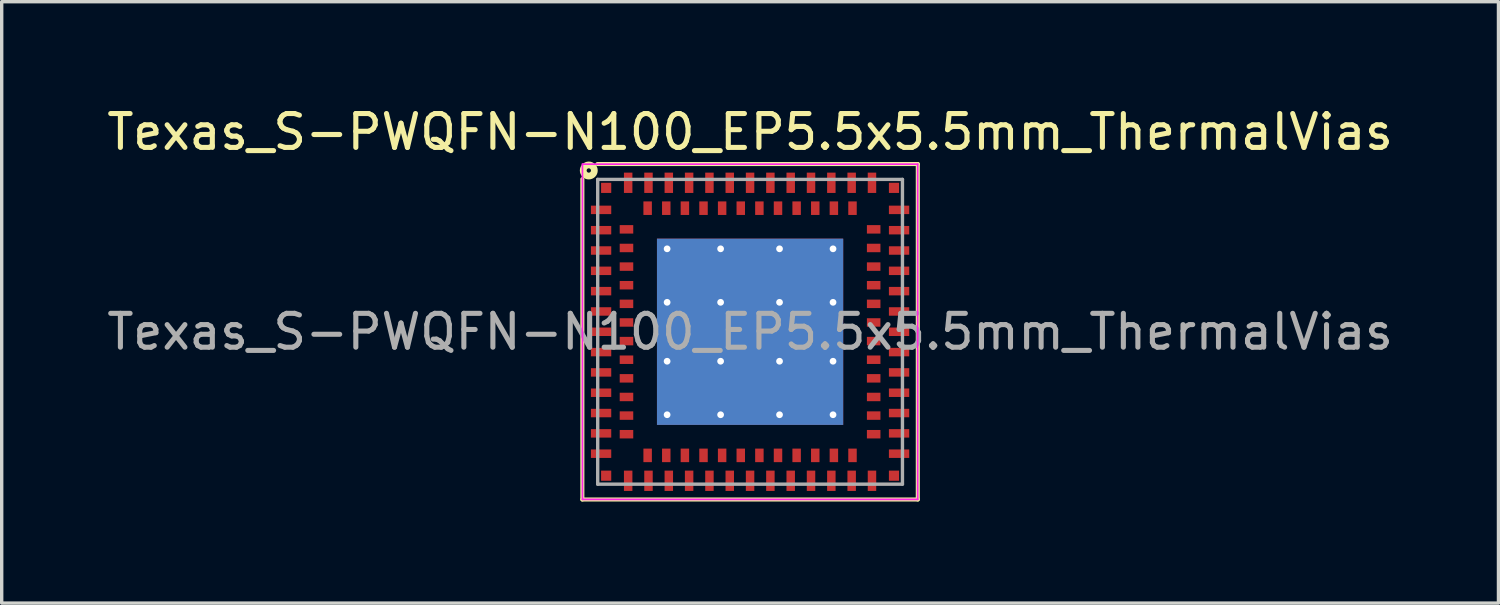
<source format=kicad_pcb>
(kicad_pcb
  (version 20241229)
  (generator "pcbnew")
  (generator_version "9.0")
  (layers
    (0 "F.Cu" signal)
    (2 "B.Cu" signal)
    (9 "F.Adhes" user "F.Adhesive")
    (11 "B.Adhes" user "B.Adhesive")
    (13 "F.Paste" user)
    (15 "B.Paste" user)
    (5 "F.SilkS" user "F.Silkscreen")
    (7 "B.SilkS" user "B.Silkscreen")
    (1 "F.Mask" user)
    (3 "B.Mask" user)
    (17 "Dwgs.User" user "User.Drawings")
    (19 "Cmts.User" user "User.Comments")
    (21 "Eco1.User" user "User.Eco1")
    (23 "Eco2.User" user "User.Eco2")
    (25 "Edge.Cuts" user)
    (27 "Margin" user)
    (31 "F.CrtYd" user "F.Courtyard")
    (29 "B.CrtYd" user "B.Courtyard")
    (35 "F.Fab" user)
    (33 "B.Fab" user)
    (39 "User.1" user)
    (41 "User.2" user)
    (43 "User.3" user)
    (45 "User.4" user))
  (footprint "Texas_S-PWQFN-N100_EP5.5x5.5mm_ThermalVias"
    (layer "F.Cu")
    (at 19.101 6.748)
    (property "Reference" "Texas_S-PWQFN-N100_EP5.5x5.5mm_ThermalVias" (at 0 -5.9 0) (layer "F.SilkS") (effects (font (size 1 1) (thickness 0.15))))
    (attr smd)
    (fp_line (start -4.953 4.953) (end -4.953 -4.508) (stroke (width 0.12) (type solid)) (layer "F.SilkS"))
    (fp_line (start -4.508 -4.953) (end 4.953 -4.953) (stroke (width 0.12) (type solid)) (layer "F.SilkS"))
    (fp_line (start 4.953 -4.953) (end 4.953 4.953) (stroke (width 0.12) (type solid)) (layer "F.SilkS"))
    (fp_line (start 4.953 4.953) (end -4.953 4.953) (stroke (width 0.12) (type solid)) (layer "F.SilkS"))
    (fp_circle (center -4.763 -4.763) (end -4.699 -4.763) (stroke (width 0.2) (type solid)) (fill no) (layer "F.SilkS"))
    (fp_line (start -4.95 -4.95) (end 4.95 -4.95) (stroke (width 0.05) (type solid)) (layer "F.CrtYd"))
    (fp_line (start -4.95 4.95) (end -4.95 -4.95) (stroke (width 0.05) (type solid)) (layer "F.CrtYd"))
    (fp_line (start 4.95 -4.95) (end 4.95 4.95) (stroke (width 0.05) (type solid)) (layer "F.CrtYd"))
    (fp_line (start 4.95 4.95) (end -4.95 4.95) (stroke (width 0.05) (type solid)) (layer "F.CrtYd"))
    (fp_line (start -4.5 -4.5) (end -4.5 4.5) (stroke (width 0.1) (type solid)) (layer "F.Fab"))
    (fp_line (start -4.5 -4.5) (end 4.5 -4.5) (stroke (width 0.1) (type solid)) (layer "F.Fab"))
    (fp_line (start -4.5 4.5) (end 4.5 4.5) (stroke (width 0.1) (type solid)) (layer "F.Fab"))
    (fp_line (start 4.5 -4.5) (end 4.5 4.5) (stroke (width 0.1) (type solid)) (layer "F.Fab"))
    (fp_text user "${REFERENCE}" (at 0 0 0) (layer "F.Fab") (effects (font (size 1 1) (thickness 0.15))))
    (pad "" smd rect (at -1.66 -1.66) (size 1.5 1.5) (layers "F.Paste"))
    (pad "" smd rect (at -1.66 0) (size 1.5 1.5) (layers "F.Paste"))
    (pad "" smd rect (at -1.66 1.66) (size 1.5 1.5) (layers "F.Paste"))
    (pad "" smd rect (at 0 -1.66) (size 1.5 1.5) (layers "F.Paste"))
    (pad "" smd rect (at 0 0) (size 1.5 1.5) (layers "F.Paste"))
    (pad "" smd rect (at 0 1.66) (size 1.5 1.5) (layers "F.Paste"))
    (pad "" smd rect (at 1.66 -1.66) (size 1.5 1.5) (layers "F.Paste"))
    (pad "" smd rect (at 1.66 0) (size 1.5 1.5) (layers "F.Paste"))
    (pad "" smd rect (at 1.66 1.66) (size 1.5 1.5) (layers "F.Paste"))
    (pad "A1" smd rect (at -4.4 -3.6 90) (size 0.25 0.6) (layers "F.Cu" "F.Mask" "F.Paste"))
    (pad "A2" smd rect (at -4.4 -3 90) (size 0.25 0.6) (layers "F.Cu" "F.Mask" "F.Paste"))
    (pad "A3" smd rect (at -4.4 -2.4 90) (size 0.25 0.6) (layers "F.Cu" "F.Mask" "F.Paste"))
    (pad "A4" smd rect (at -4.4 -1.8 90) (size 0.25 0.6) (layers "F.Cu" "F.Mask" "F.Paste"))
    (pad "A5" smd rect (at -4.4 -1.2 90) (size 0.25 0.6) (layers "F.Cu" "F.Mask" "F.Paste"))
    (pad "A6" smd rect (at -4.4 -0.6 90) (size 0.25 0.6) (layers "F.Cu" "F.Mask" "F.Paste"))
    (pad "A7" smd rect (at -4.4 0 90) (size 0.25 0.6) (layers "F.Cu" "F.Mask" "F.Paste"))
    (pad "A8" smd rect (at -4.4 0.6 90) (size 0.25 0.6) (layers "F.Cu" "F.Mask" "F.Paste"))
    (pad "A9" smd rect (at -4.4 1.2 90) (size 0.25 0.6) (layers "F.Cu" "F.Mask" "F.Paste"))
    (pad "A10" smd rect (at -4.4 1.8 90) (size 0.25 0.6) (layers "F.Cu" "F.Mask" "F.Paste"))
    (pad "A11" smd rect (at -4.4 2.4 90) (size 0.25 0.6) (layers "F.Cu" "F.Mask" "F.Paste"))
    (pad "A12" smd rect (at -4.4 3 90) (size 0.25 0.6) (layers "F.Cu" "F.Mask" "F.Paste"))
    (pad "A13" smd rect (at -4.4 3.6 90) (size 0.25 0.6) (layers "F.Cu" "F.Mask" "F.Paste"))
    (pad "A14" smd rect (at -3.6 4.4) (size 0.25 0.6) (layers "F.Cu" "F.Mask" "F.Paste"))
    (pad "A15" smd rect (at -3 4.4) (size 0.25 0.6) (layers "F.Cu" "F.Mask" "F.Paste"))
    (pad "A16" smd rect (at -2.4 4.4) (size 0.25 0.6) (layers "F.Cu" "F.Mask" "F.Paste"))
    (pad "A17" smd rect (at -1.8 4.4) (size 0.25 0.6) (layers "F.Cu" "F.Mask" "F.Paste"))
    (pad "A18" smd rect (at -1.2 4.4) (size 0.25 0.6) (layers "F.Cu" "F.Mask" "F.Paste"))
    (pad "A19" smd rect (at -0.6 4.4) (size 0.25 0.6) (layers "F.Cu" "F.Mask" "F.Paste"))
    (pad "A20" smd rect (at 0 4.4) (size 0.25 0.6) (layers "F.Cu" "F.Mask" "F.Paste"))
    (pad "A21" smd rect (at 0.6 4.4) (size 0.25 0.6) (layers "F.Cu" "F.Mask" "F.Paste"))
    (pad "A22" smd rect (at 1.2 4.4) (size 0.25 0.6) (layers "F.Cu" "F.Mask" "F.Paste"))
    (pad "A23" smd rect (at 1.8 4.4) (size 0.25 0.6) (layers "F.Cu" "F.Mask" "F.Paste"))
    (pad "A24" smd rect (at 2.4 4.4) (size 0.25 0.6) (layers "F.Cu" "F.Mask" "F.Paste"))
    (pad "A25" smd rect (at 3 4.4) (size 0.25 0.6) (layers "F.Cu" "F.Mask" "F.Paste"))
    (pad "A26" smd rect (at 3.6 4.4) (size 0.25 0.6) (layers "F.Cu" "F.Mask" "F.Paste"))
    (pad "A27" smd rect (at 4.4 3.6 90) (size 0.25 0.6) (layers "F.Cu" "F.Mask" "F.Paste"))
    (pad "A28" smd rect (at 4.4 3 90) (size 0.25 0.6) (layers "F.Cu" "F.Mask" "F.Paste"))
    (pad "A29" smd rect (at 4.4 2.4 90) (size 0.25 0.6) (layers "F.Cu" "F.Mask" "F.Paste"))
    (pad "A30" smd rect (at 4.4 1.8 90) (size 0.25 0.6) (layers "F.Cu" "F.Mask" "F.Paste"))
    (pad "A31" smd rect (at 4.4 1.2 90) (size 0.25 0.6) (layers "F.Cu" "F.Mask" "F.Paste"))
    (pad "A32" smd rect (at 4.4 0.6 90) (size 0.25 0.6) (layers "F.Cu" "F.Mask" "F.Paste"))
    (pad "A33" smd rect (at 4.4 0 90) (size 0.25 0.6) (layers "F.Cu" "F.Mask" "F.Paste"))
    (pad "A34" smd rect (at 4.4 -0.6 90) (size 0.25 0.6) (layers "F.Cu" "F.Mask" "F.Paste"))
    (pad "A35" smd rect (at 4.4 -1.2 90) (size 0.25 0.6) (layers "F.Cu" "F.Mask" "F.Paste"))
    (pad "A36" smd rect (at 4.4 -1.8 90) (size 0.25 0.6) (layers "F.Cu" "F.Mask" "F.Paste"))
    (pad "A37" smd rect (at 4.4 -2.4 90) (size 0.25 0.6) (layers "F.Cu" "F.Mask" "F.Paste"))
    (pad "A38" smd rect (at 4.4 -3 90) (size 0.25 0.6) (layers "F.Cu" "F.Mask" "F.Paste"))
    (pad "A39" smd rect (at 4.4 -3.6 90) (size 0.25 0.6) (layers "F.Cu" "F.Mask" "F.Paste"))
    (pad "A40" smd rect (at 3.6 -4.4) (size 0.25 0.6) (layers "F.Cu" "F.Mask" "F.Paste"))
    (pad "A41" smd rect (at 3 -4.4) (size 0.25 0.6) (layers "F.Cu" "F.Mask" "F.Paste"))
    (pad "A42" smd rect (at 2.4 -4.4) (size 0.25 0.6) (layers "F.Cu" "F.Mask" "F.Paste"))
    (pad "A43" smd rect (at 1.8 -4.4) (size 0.25 0.6) (layers "F.Cu" "F.Mask" "F.Paste"))
    (pad "A44" smd rect (at 1.2 -4.4) (size 0.25 0.6) (layers "F.Cu" "F.Mask" "F.Paste"))
    (pad "A45" smd rect (at 0.6 -4.4) (size 0.25 0.6) (layers "F.Cu" "F.Mask" "F.Paste"))
    (pad "A46" smd rect (at 0 -4.4) (size 0.25 0.6) (layers "F.Cu" "F.Mask" "F.Paste"))
    (pad "A47" smd rect (at -0.6 -4.4) (size 0.25 0.6) (layers "F.Cu" "F.Mask" "F.Paste"))
    (pad "A48" smd rect (at -1.2 -4.4) (size 0.25 0.6) (layers "F.Cu" "F.Mask" "F.Paste"))
    (pad "A49" smd rect (at -1.8 -4.4) (size 0.25 0.6) (layers "F.Cu" "F.Mask" "F.Paste"))
    (pad "A50" smd rect (at -2.4 -4.4) (size 0.25 0.6) (layers "F.Cu" "F.Mask" "F.Paste"))
    (pad "A51" smd rect (at -3 -4.4) (size 0.25 0.6) (layers "F.Cu" "F.Mask" "F.Paste"))
    (pad "A52" smd rect (at -3.6 -4.4) (size 0.25 0.6) (layers "F.Cu" "F.Mask" "F.Paste"))
    (pad "A53" thru_hole circle (at -2.45 -2.45) (size 0.5 0.5) (drill 0.2) (layers "*.Cu"))
    (pad "A53" thru_hole circle (at -2.45 -0.87) (size 0.5 0.5) (drill 0.2) (layers "*.Cu"))
    (pad "A53" thru_hole circle (at -2.45 0.87) (size 0.5 0.5) (drill 0.2) (layers "*.Cu"))
    (pad "A53" thru_hole circle (at -2.45 2.45) (size 0.5 0.5) (drill 0.2) (layers "*.Cu"))
    (pad "A53" thru_hole circle (at -0.87 -2.45) (size 0.5 0.5) (drill 0.2) (layers "*.Cu"))
    (pad "A53" thru_hole circle (at -0.87 -0.87) (size 0.5 0.5) (drill 0.2) (layers "*.Cu"))
    (pad "A53" thru_hole circle (at -0.87 0.87) (size 0.5 0.5) (drill 0.2) (layers "*.Cu"))
    (pad "A53" thru_hole circle (at -0.87 2.45) (size 0.5 0.5) (drill 0.2) (layers "*.Cu"))
    (pad "A53" smd rect (at 0 0) (size 5.5 5.5) (layers "F.Cu" "F.Mask"))
    (pad "A53" smd rect (at 0 0) (size 5.5 5.5) (layers "B.Cu" "B.Mask"))
    (pad "A53" thru_hole circle (at 0.87 -2.45) (size 0.5 0.5) (drill 0.2) (layers "*.Cu"))
    (pad "A53" thru_hole circle (at 0.87 -0.87) (size 0.5 0.5) (drill 0.2) (layers "*.Cu"))
    (pad "A53" thru_hole circle (at 0.87 0.87) (size 0.5 0.5) (drill 0.2) (layers "*.Cu"))
    (pad "A53" thru_hole circle (at 0.87 2.45) (size 0.5 0.5) (drill 0.2) (layers "*.Cu"))
    (pad "A53" thru_hole circle (at 2.45 -2.45) (size 0.5 0.5) (drill 0.2) (layers "*.Cu"))
    (pad "A53" thru_hole circle (at 2.45 -0.87) (size 0.5 0.5) (drill 0.2) (layers "*.Cu"))
    (pad "A53" thru_hole circle (at 2.45 0.87) (size 0.5 0.5) (drill 0.2) (layers "*.Cu"))
    (pad "A53" thru_hole circle (at 2.45 2.45) (size 0.5 0.5) (drill 0.2) (layers "*.Cu"))
    (pad "B1" smd rect (at -3.65 -3.025 90) (size 0.25 0.4) (layers "F.Cu" "F.Mask" "F.Paste"))
    (pad "B2" smd rect (at -3.65 -2.475 90) (size 0.25 0.4) (layers "F.Cu" "F.Mask" "F.Paste"))
    (pad "B3" smd rect (at -3.65 -1.925 90) (size 0.25 0.4) (layers "F.Cu" "F.Mask" "F.Paste"))
    (pad "B4" smd rect (at -3.65 -1.375 90) (size 0.25 0.4) (layers "F.Cu" "F.Mask" "F.Paste"))
    (pad "B5" smd rect (at -3.65 -0.825 90) (size 0.25 0.4) (layers "F.Cu" "F.Mask" "F.Paste"))
    (pad "B6" smd rect (at -3.65 -0.275 90) (size 0.25 0.4) (layers "F.Cu" "F.Mask" "F.Paste"))
    (pad "B7" smd rect (at -3.65 0.275 90) (size 0.25 0.4) (layers "F.Cu" "F.Mask" "F.Paste"))
    (pad "B8" smd rect (at -3.65 0.825 90) (size 0.25 0.4) (layers "F.Cu" "F.Mask" "F.Paste"))
    (pad "B9" smd rect (at -3.65 1.375 90) (size 0.25 0.4) (layers "F.Cu" "F.Mask" "F.Paste"))
    (pad "B10" smd rect (at -3.65 1.925 90) (size 0.25 0.4) (layers "F.Cu" "F.Mask" "F.Paste"))
    (pad "B11" smd rect (at -3.65 2.475 90) (size 0.25 0.4) (layers "F.Cu" "F.Mask" "F.Paste"))
    (pad "B12" smd rect (at -3.65 3.025 90) (size 0.25 0.4) (layers "F.Cu" "F.Mask" "F.Paste"))
    (pad "B13" smd rect (at -3.025 3.65) (size 0.25 0.4) (layers "F.Cu" "F.Mask" "F.Paste"))
    (pad "B14" smd rect (at -2.475 3.65) (size 0.25 0.4) (layers "F.Cu" "F.Mask" "F.Paste"))
    (pad "B15" smd rect (at -1.925 3.65) (size 0.25 0.4) (layers "F.Cu" "F.Mask" "F.Paste"))
    (pad "B16" smd rect (at -1.375 3.65) (size 0.25 0.4) (layers "F.Cu" "F.Mask" "F.Paste"))
    (pad "B17" smd rect (at -0.825 3.65) (size 0.25 0.4) (layers "F.Cu" "F.Mask" "F.Paste"))
    (pad "B18" smd rect (at -0.275 3.65) (size 0.25 0.4) (layers "F.Cu" "F.Mask" "F.Paste"))
    (pad "B19" smd rect (at 0.275 3.65) (size 0.25 0.4) (layers "F.Cu" "F.Mask" "F.Paste"))
    (pad "B20" smd rect (at 0.825 3.65) (size 0.25 0.4) (layers "F.Cu" "F.Mask" "F.Paste"))
    (pad "B21" smd rect (at 1.375 3.65) (size 0.25 0.4) (layers "F.Cu" "F.Mask" "F.Paste"))
    (pad "B22" smd rect (at 1.925 3.65) (size 0.25 0.4) (layers "F.Cu" "F.Mask" "F.Paste"))
    (pad "B23" smd rect (at 2.475 3.65) (size 0.25 0.4) (layers "F.Cu" "F.Mask" "F.Paste"))
    (pad "B24" smd rect (at 3.025 3.65) (size 0.25 0.4) (layers "F.Cu" "F.Mask" "F.Paste"))
    (pad "B25" smd rect (at 3.65 3.025 90) (size 0.25 0.4) (layers "F.Cu" "F.Mask" "F.Paste"))
    (pad "B26" smd rect (at 3.65 2.475 90) (size 0.25 0.4) (layers "F.Cu" "F.Mask" "F.Paste"))
    (pad "B27" smd rect (at 3.65 1.925 90) (size 0.25 0.4) (layers "F.Cu" "F.Mask" "F.Paste"))
    (pad "B28" smd rect (at 3.65 1.375 90) (size 0.25 0.4) (layers "F.Cu" "F.Mask" "F.Paste"))
    (pad "B29" smd rect (at 3.65 0.825 90) (size 0.25 0.4) (layers "F.Cu" "F.Mask" "F.Paste"))
    (pad "B30" smd rect (at 3.65 0.275 90) (size 0.25 0.4) (layers "F.Cu" "F.Mask" "F.Paste"))
    (pad "B31" smd rect (at 3.65 -0.275 90) (size 0.25 0.4) (layers "F.Cu" "F.Mask" "F.Paste"))
    (pad "B32" smd rect (at 3.65 -0.825 90) (size 0.25 0.4) (layers "F.Cu" "F.Mask" "F.Paste"))
    (pad "B33" smd rect (at 3.65 -1.375 90) (size 0.25 0.4) (layers "F.Cu" "F.Mask" "F.Paste"))
    (pad "B34" smd rect (at 3.65 -1.925 90) (size 0.25 0.4) (layers "F.Cu" "F.Mask" "F.Paste"))
    (pad "B35" smd rect (at 3.65 -2.475 90) (size 0.25 0.4) (layers "F.Cu" "F.Mask" "F.Paste"))
    (pad "B36" smd rect (at 3.65 -3.025 90) (size 0.25 0.4) (layers "F.Cu" "F.Mask" "F.Paste"))
    (pad "B37" smd rect (at 3.025 -3.65) (size 0.25 0.4) (layers "F.Cu" "F.Mask" "F.Paste"))
    (pad "B38" smd rect (at 2.475 -3.65) (size 0.25 0.4) (layers "F.Cu" "F.Mask" "F.Paste"))
    (pad "B39" smd rect (at 1.925 -3.65) (size 0.25 0.4) (layers "F.Cu" "F.Mask" "F.Paste"))
    (pad "B40" smd rect (at 1.375 -3.65) (size 0.25 0.4) (layers "F.Cu" "F.Mask" "F.Paste"))
    (pad "B41" smd rect (at 0.825 -3.65) (size 0.25 0.4) (layers "F.Cu" "F.Mask" "F.Paste"))
    (pad "B42" smd rect (at 0.275 -3.65) (size 0.25 0.4) (layers "F.Cu" "F.Mask" "F.Paste"))
    (pad "B43" smd rect (at -0.275 -3.65) (size 0.25 0.4) (layers "F.Cu" "F.Mask" "F.Paste"))
    (pad "B44" smd rect (at -0.825 -3.65) (size 0.25 0.4) (layers "F.Cu" "F.Mask" "F.Paste"))
    (pad "B45" smd rect (at -1.375 -3.65) (size 0.25 0.4) (layers "F.Cu" "F.Mask" "F.Paste"))
    (pad "B46" smd rect (at -1.925 -3.65) (size 0.25 0.4) (layers "F.Cu" "F.Mask" "F.Paste"))
    (pad "B47" smd rect (at -2.475 -3.65) (size 0.25 0.4) (layers "F.Cu" "F.Mask" "F.Paste"))
    (pad "B48" smd rect (at -3.025 -3.65) (size 0.25 0.4) (layers "F.Cu" "F.Mask" "F.Paste"))
    (pad "C1" smd rect (at -4.25 -4.25) (size 0.3 0.3) (layers "F.Cu" "F.Mask" "F.Paste"))
    (pad "C2" smd rect (at -4.25 4.25) (size 0.3 0.3) (layers "F.Cu" "F.Mask" "F.Paste"))
    (pad "C3" smd rect (at 4.25 4.25) (size 0.3 0.3) (layers "F.Cu" "F.Mask" "F.Paste"))
    (pad "C4" smd rect (at 4.25 -4.25) (size 0.3 0.3) (layers "F.Cu" "F.Mask" "F.Paste")))
  (gr_rect
    (start -3 -3)
    (end 41.202 14.761)
    (stroke (width 0.1) (type default))
    (fill no)
    (layer "Edge.Cuts")))
</source>
